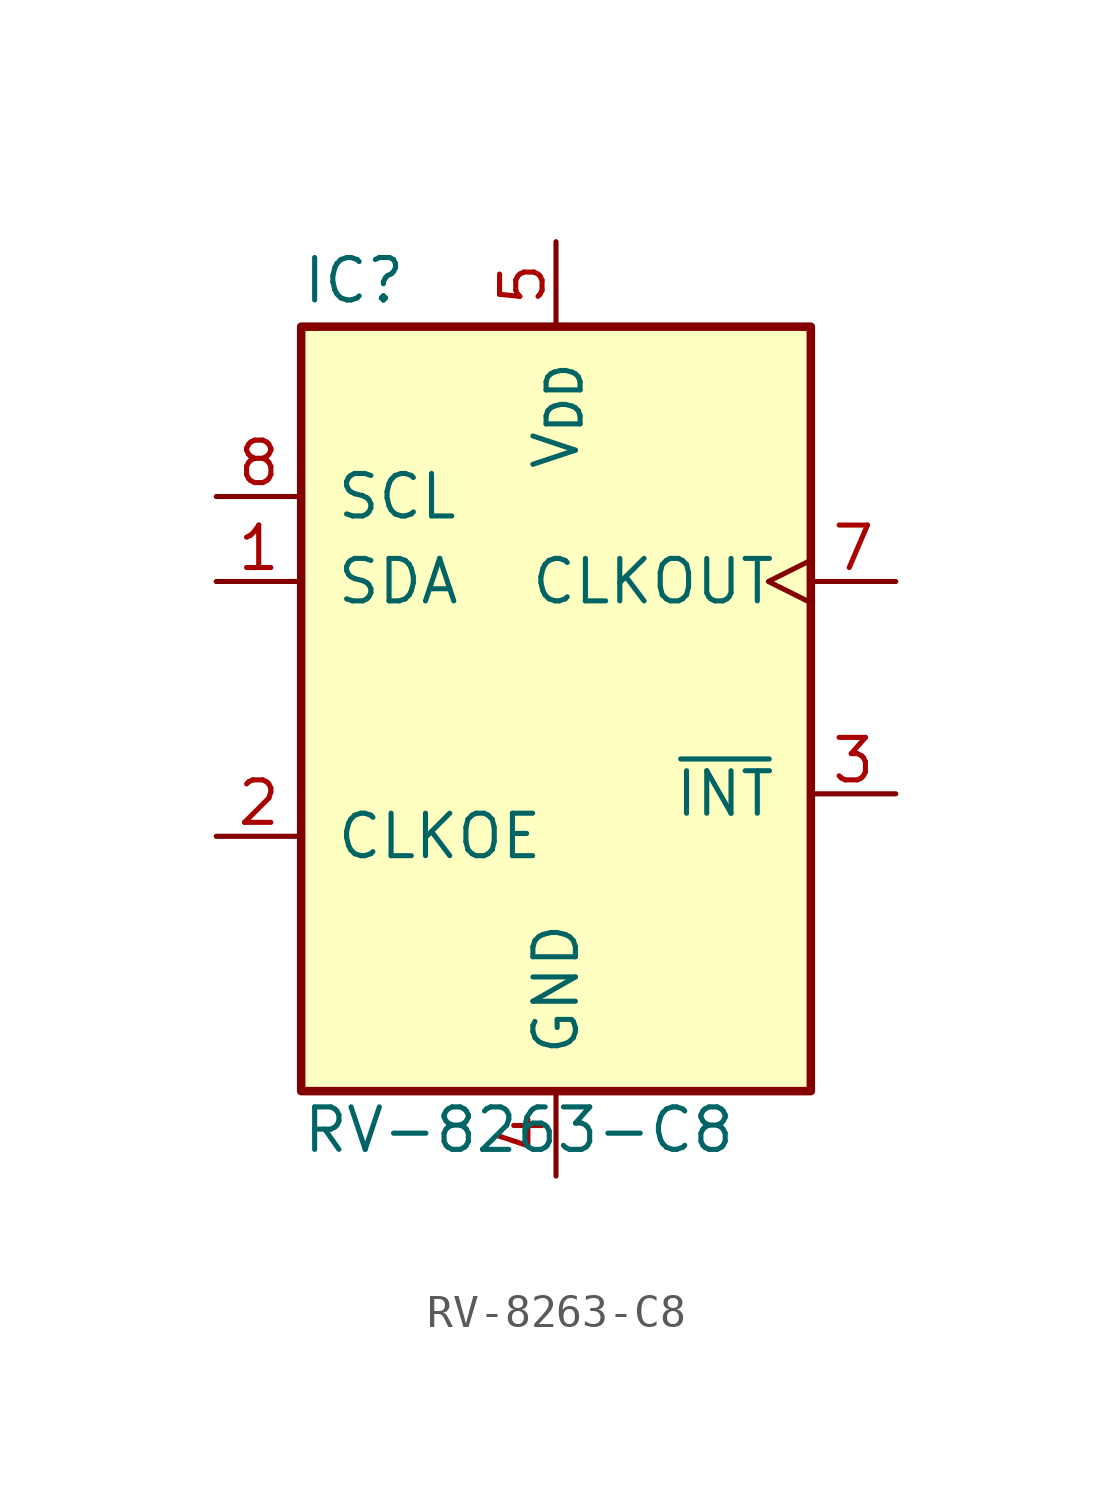
<source format=kicad_sym>
(kicad_symbol_lib
  (version 20231120)
  (generator "kicad_symbol_editor")
  (generator_version "8.0")
  (symbol "RV-8263-C8"
    (pin_names
      (offset 1.016))
    (property "Reference" "IC"
      (at -7.62 12.065 0)
      (effects (font (size 1.27 1.27)) (justify left bottom)))
    (property "Value" "RV-8263-C8"
      (at -7.62 -13.335 0)
      (effects (font (size 1.27 1.27)) (justify left bottom)))
    (symbol "RV-8263-C8_0_0"
      (rectangle (start -7.62 11.43) (end 7.62 -11.43) (stroke (width 0.254) (type default)) (fill (type background))))
    (symbol "RV-8263-C8_1_0"
      (pin bidirectional line (at -10.16 3.81 0) (length 2.54) (name "SDA" (effects (font (size 1.27 1.27)))) (number "1" (effects (font (size 1.27 1.27)))))
      (pin input line (at -10.16 -3.81 0) (length 2.54) (name "CLKOE" (effects (font (size 1.27 1.27)))) (number "2" (effects (font (size 1.27 1.27)))))
      (pin output line (at 10.16 -2.54 180) (length 2.54) (name "~{INT}" (effects (font (size 1.27 1.27)))) (number "3" (effects (font (size 1.27 1.27)))))
      (pin power_in line (at 0 -13.97 90) (length 2.54) (name "GND" (effects (font (size 1.27 1.27)))) (number "4" (effects (font (size 1.27 1.27)))))
      (pin power_in line (at 0 13.97 270) (length 2.54) (name "V_{DD}" (effects (font (size 1.27 1.27)))) (number "5" (effects (font (size 1.27 1.27)))))
      (pin no_connect line (at -10.16 -7.62 0) (length 2.54) hide (name "NC" (effects (font (size 1.27 1.27)))) (number "6" (effects (font (size 1.27 1.27)))))
      (pin output clock (at 10.16 3.81 180) (length 2.54) (name "CLKOUT" (effects (font (size 1.27 1.27)))) (number "7" (effects (font (size 1.27 1.27)))))
      (pin input line (at -10.16 6.35 0) (length 2.54) (name "SCL" (effects (font (size 1.27 1.27)))) (number "8" (effects (font (size 1.27 1.27))))))))
</source>
